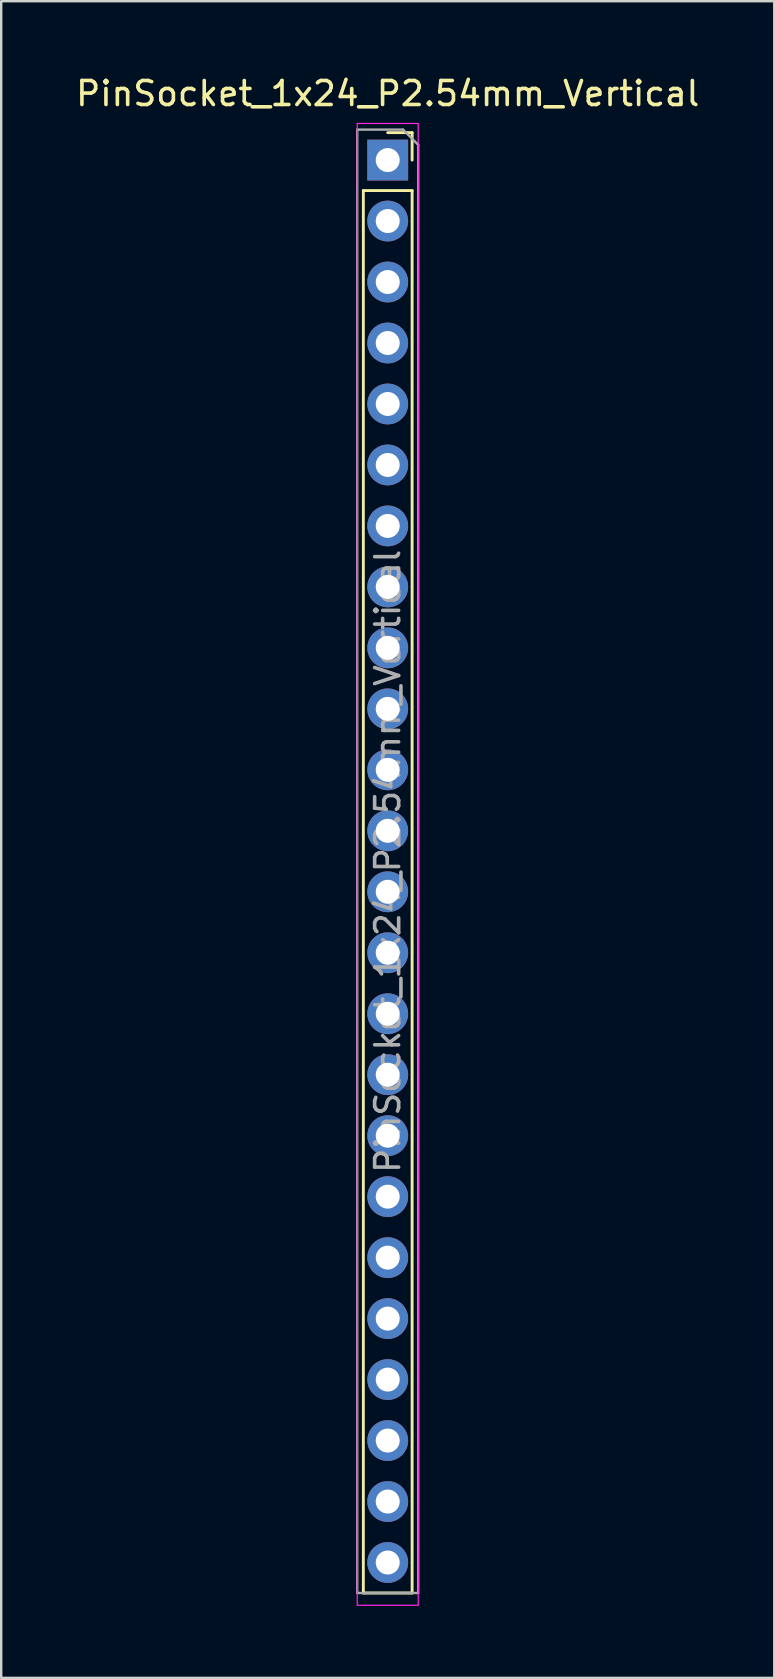
<source format=kicad_pcb>
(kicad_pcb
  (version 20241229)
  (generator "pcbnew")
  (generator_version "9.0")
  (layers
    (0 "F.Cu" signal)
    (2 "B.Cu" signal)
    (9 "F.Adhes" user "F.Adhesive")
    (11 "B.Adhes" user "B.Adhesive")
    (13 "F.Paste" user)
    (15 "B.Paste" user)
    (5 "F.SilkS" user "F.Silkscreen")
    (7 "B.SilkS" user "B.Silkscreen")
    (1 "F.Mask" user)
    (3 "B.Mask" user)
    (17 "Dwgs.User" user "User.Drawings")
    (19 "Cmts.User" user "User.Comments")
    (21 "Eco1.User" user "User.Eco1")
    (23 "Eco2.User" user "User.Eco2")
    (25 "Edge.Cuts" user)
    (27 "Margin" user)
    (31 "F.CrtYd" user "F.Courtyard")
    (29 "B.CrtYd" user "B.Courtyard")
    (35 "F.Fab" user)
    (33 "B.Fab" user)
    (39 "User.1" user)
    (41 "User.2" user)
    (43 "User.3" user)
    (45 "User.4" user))
  (footprint "PinSocket_1x24_P2.54mm_Vertical"
    (layer "F.Cu")
    (at 13.101 3.618)
    (property "Reference" "PinSocket_1x24_P2.54mm_Vertical" (at 0 -2.77 0) (layer "F.SilkS") (effects (font (size 1 1) (thickness 0.15))))
    (attr through_hole)
    (fp_line (start -1.016 1.27) (end -1.016 59.69) (stroke (width 0.12) (type solid)) (layer "F.SilkS"))
    (fp_line (start -1.016 1.27) (end 1.016 1.27) (stroke (width 0.12) (type solid)) (layer "F.SilkS"))
    (fp_line (start -1.016 59.69) (end 1.016 59.69) (stroke (width 0.12) (type solid)) (layer "F.SilkS"))
    (fp_line (start 0 -1.143) (end 1.016 -1.143) (stroke (width 0.12) (type solid)) (layer "F.SilkS"))
    (fp_line (start 1.016 -1.143) (end 1.016 0) (stroke (width 0.12) (type solid)) (layer "F.SilkS"))
    (fp_line (start 1.016 1.27) (end 1.016 59.69) (stroke (width 0.12) (type solid)) (layer "F.SilkS"))
    (fp_line (start -1.27 -1.524) (end 1.27 -1.524) (stroke (width 0.05) (type solid)) (layer "F.CrtYd"))
    (fp_line (start -1.27 60.2) (end -1.27 -1.524) (stroke (width 0.05) (type solid)) (layer "F.CrtYd"))
    (fp_line (start 1.27 -1.524) (end 1.27 60.2) (stroke (width 0.05) (type solid)) (layer "F.CrtYd"))
    (fp_line (start 1.27 60.2) (end -1.27 60.2) (stroke (width 0.05) (type solid)) (layer "F.CrtYd"))
    (fp_line (start -1.27 -1.27) (end 0.635 -1.27) (stroke (width 0.1) (type solid)) (layer "F.Fab"))
    (fp_line (start -1.27 59.69) (end -1.27 -1.27) (stroke (width 0.1) (type solid)) (layer "F.Fab"))
    (fp_line (start 0.635 -1.27) (end 1.27 -0.635) (stroke (width 0.1) (type solid)) (layer "F.Fab"))
    (fp_line (start 1.27 -0.635) (end 1.27 59.69) (stroke (width 0.1) (type solid)) (layer "F.Fab"))
    (fp_line (start 1.27 59.69) (end -1.27 59.69) (stroke (width 0.1) (type solid)) (layer "F.Fab"))
    (fp_text user "${REFERENCE}" (at 0 29.21 90) (layer "F.Fab") (effects (font (size 1 1) (thickness 0.15))))
    (pad "1" thru_hole rect (at 0 0) (size 1.7 1.7) (drill 1) (layers "*.Cu" "*.Mask"))
    (pad "2" thru_hole oval (at 0 2.54) (size 1.7 1.7) (drill 1) (layers "*.Cu" "*.Mask"))
    (pad "3" thru_hole oval (at 0 5.08) (size 1.7 1.7) (drill 1) (layers "*.Cu" "*.Mask"))
    (pad "4" thru_hole oval (at 0 7.62) (size 1.7 1.7) (drill 1) (layers "*.Cu" "*.Mask"))
    (pad "5" thru_hole oval (at 0 10.16) (size 1.7 1.7) (drill 1) (layers "*.Cu" "*.Mask"))
    (pad "6" thru_hole oval (at 0 12.7) (size 1.7 1.7) (drill 1) (layers "*.Cu" "*.Mask"))
    (pad "7" thru_hole oval (at 0 15.24) (size 1.7 1.7) (drill 1) (layers "*.Cu" "*.Mask"))
    (pad "8" thru_hole oval (at 0 17.78) (size 1.7 1.7) (drill 1) (layers "*.Cu" "*.Mask"))
    (pad "9" thru_hole oval (at 0 20.32) (size 1.7 1.7) (drill 1) (layers "*.Cu" "*.Mask"))
    (pad "10" thru_hole oval (at 0 22.86) (size 1.7 1.7) (drill 1) (layers "*.Cu" "*.Mask"))
    (pad "11" thru_hole oval (at 0 25.4) (size 1.7 1.7) (drill 1) (layers "*.Cu" "*.Mask"))
    (pad "12" thru_hole oval (at 0 27.94) (size 1.7 1.7) (drill 1) (layers "*.Cu" "*.Mask"))
    (pad "13" thru_hole oval (at 0 30.48) (size 1.7 1.7) (drill 1) (layers "*.Cu" "*.Mask"))
    (pad "14" thru_hole oval (at 0 33.02) (size 1.7 1.7) (drill 1) (layers "*.Cu" "*.Mask"))
    (pad "15" thru_hole oval (at 0 35.56) (size 1.7 1.7) (drill 1) (layers "*.Cu" "*.Mask"))
    (pad "16" thru_hole oval (at 0 38.1) (size 1.7 1.7) (drill 1) (layers "*.Cu" "*.Mask"))
    (pad "17" thru_hole oval (at 0 40.64) (size 1.7 1.7) (drill 1) (layers "*.Cu" "*.Mask"))
    (pad "18" thru_hole oval (at 0 43.18) (size 1.7 1.7) (drill 1) (layers "*.Cu" "*.Mask"))
    (pad "19" thru_hole oval (at 0 45.72) (size 1.7 1.7) (drill 1) (layers "*.Cu" "*.Mask"))
    (pad "20" thru_hole oval (at 0 48.26) (size 1.7 1.7) (drill 1) (layers "*.Cu" "*.Mask"))
    (pad "21" thru_hole oval (at 0 50.8) (size 1.7 1.7) (drill 1) (layers "*.Cu" "*.Mask"))
    (pad "22" thru_hole oval (at 0 53.34) (size 1.7 1.7) (drill 1) (layers "*.Cu" "*.Mask"))
    (pad "23" thru_hole oval (at 0 55.88) (size 1.7 1.7) (drill 1) (layers "*.Cu" "*.Mask"))
    (pad "24" thru_hole oval (at 0 58.42) (size 1.7 1.7) (drill 1) (layers "*.Cu" "*.Mask")))
  (gr_rect
    (start -3 -3)
    (end 29.202 66.843)
    (stroke (width 0.1) (type default))
    (fill no)
    (layer "Edge.Cuts")))
</source>
